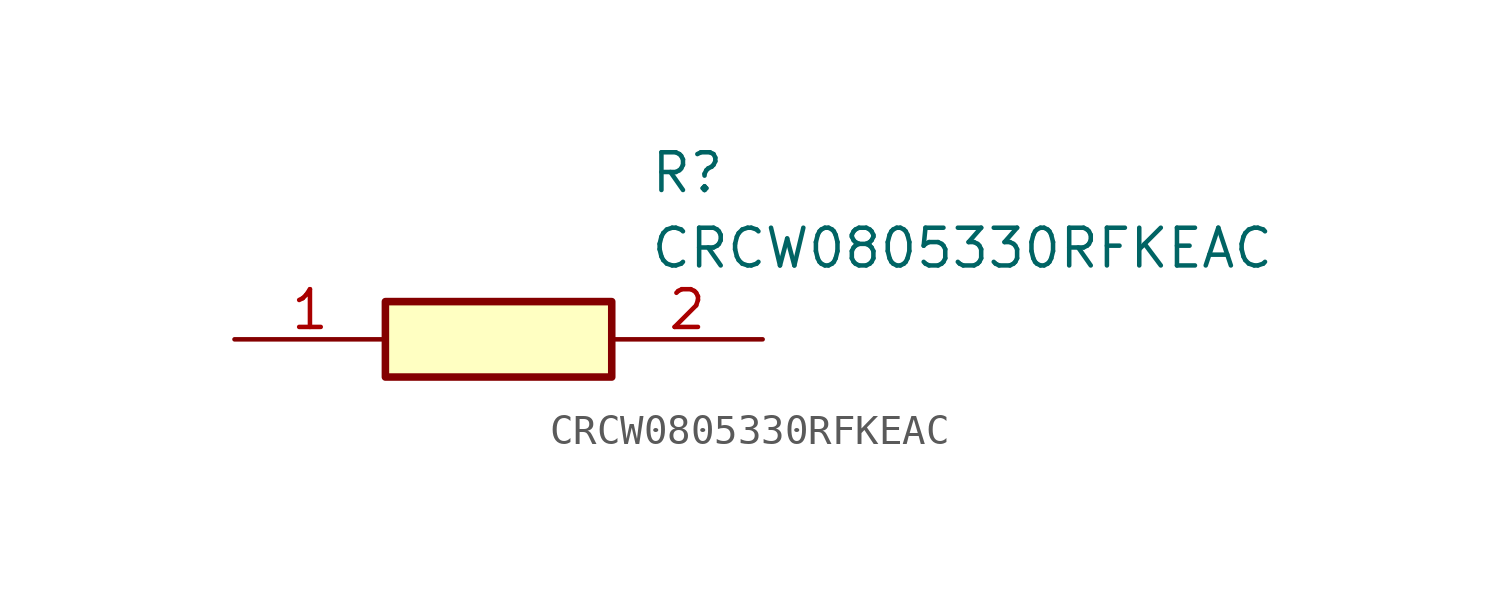
<source format=kicad_sym>
(kicad_symbol_lib
  (version 20211014)
  (generator SamacSys_ECAD_Model)
  (symbol "CRCW0805330RFKEAC"
    (pin_names hide)
    (property "Reference" "R"
      (at 13.97 6.35 0)
      (effects (font (size 1.27 1.27)) (justify left top)))
    (property "Value" "CRCW0805330RFKEAC"
      (at 13.97 3.81 0)
      (effects (font (size 1.27 1.27)) (justify left top)))
    (rectangle
      (start 5.08 1.27)
      (end 12.7 -1.27)
      (stroke (width 0.254) (type default))
      (fill (type background)))
    (pin passive line
      (at 0 0 0)
      (length 5.08)
      (name "1" (effects (font (size 1.27 1.27))))
      (number "1" (effects (font (size 1.27 1.27)))))
    (pin passive line
      (at 17.78 0 180)
      (length 5.08)
      (name "2" (effects (font (size 1.27 1.27))))
      (number "2" (effects (font (size 1.27 1.27)))))))
</source>
